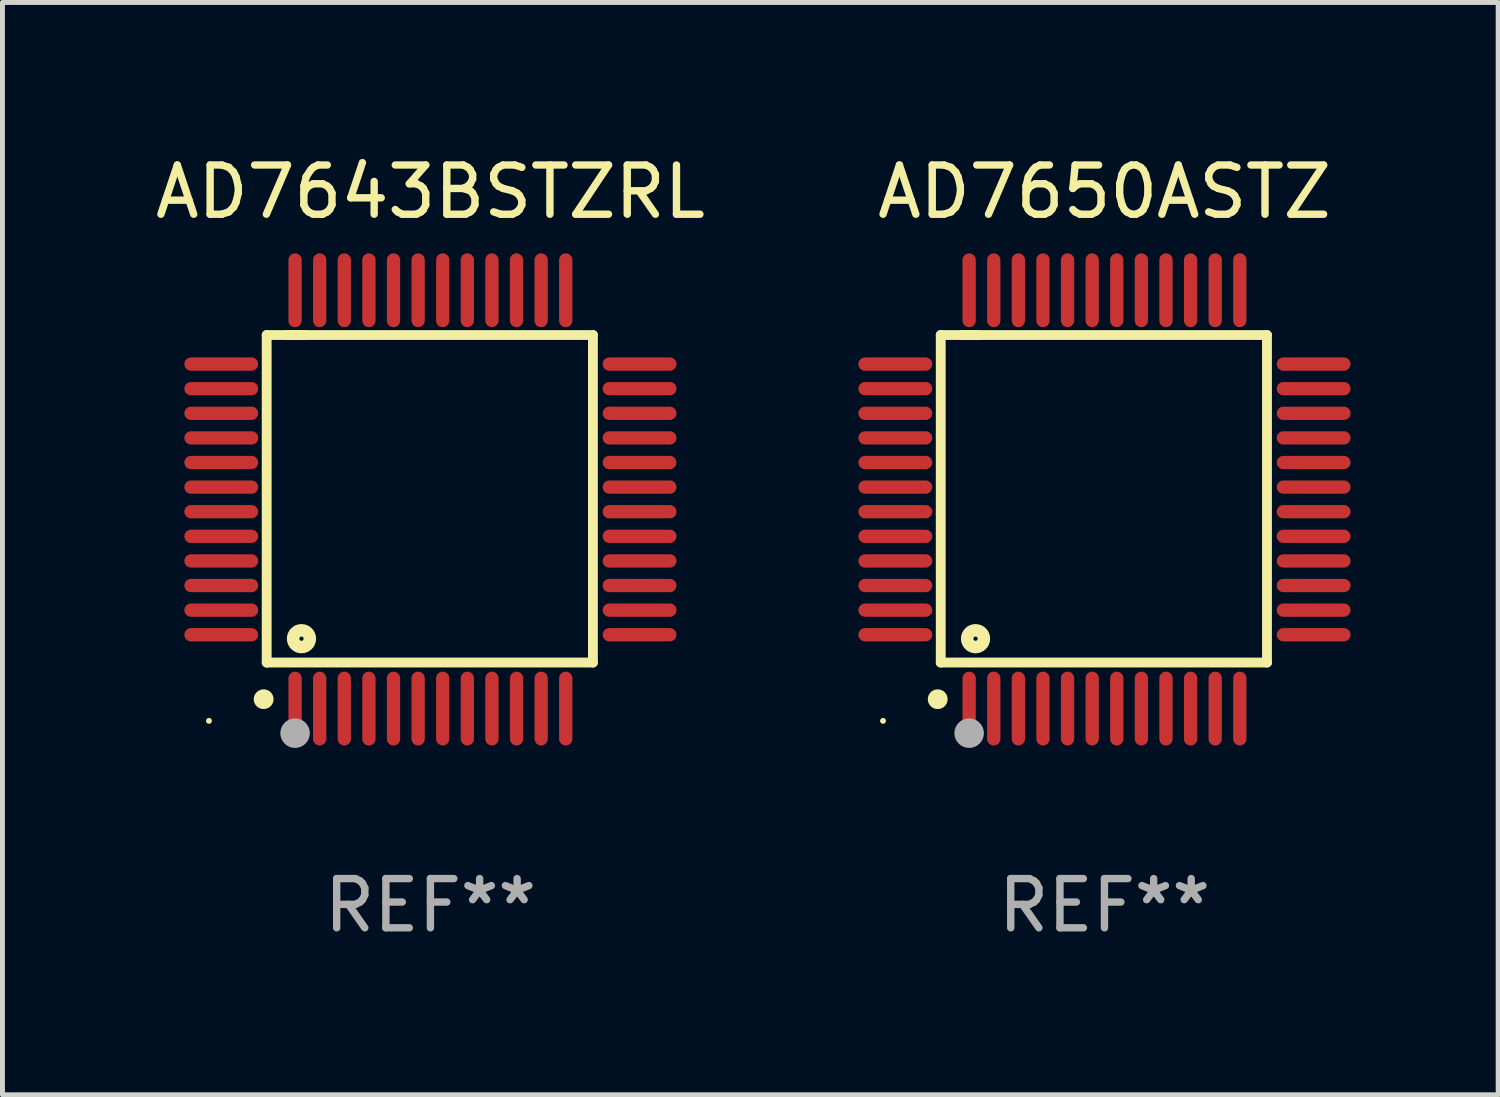
<source format=kicad_pcb>
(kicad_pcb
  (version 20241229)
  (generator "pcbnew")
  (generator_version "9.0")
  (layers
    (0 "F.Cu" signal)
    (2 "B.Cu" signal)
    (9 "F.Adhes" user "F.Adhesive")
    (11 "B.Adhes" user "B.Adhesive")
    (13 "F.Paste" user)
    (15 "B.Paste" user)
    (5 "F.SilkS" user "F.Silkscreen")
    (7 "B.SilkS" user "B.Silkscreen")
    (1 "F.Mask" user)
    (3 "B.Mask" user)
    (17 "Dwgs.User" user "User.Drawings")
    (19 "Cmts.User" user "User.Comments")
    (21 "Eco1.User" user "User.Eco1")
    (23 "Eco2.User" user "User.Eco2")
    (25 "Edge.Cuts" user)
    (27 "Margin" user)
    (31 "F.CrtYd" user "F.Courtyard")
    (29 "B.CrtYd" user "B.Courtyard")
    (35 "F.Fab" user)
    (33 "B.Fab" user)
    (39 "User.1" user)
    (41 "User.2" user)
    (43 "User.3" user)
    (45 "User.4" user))
  (footprint "AD7650ASTZ"
    (layer "F.Cu")
    (at 19.393 7.098)
    (property "Reference" "AD7650ASTZ" (at 0 -6.25 0) (layer "F.SilkS") (effects (font (size 1 1) (thickness 0.15))))
    (attr through_hole)
    (fp_line (start -3.327 -3.34) (end -2.565 -3.34) (stroke (width 0.2) (type solid)) (layer "F.SilkS"))
    (fp_line (start -3.327 3.315) (end -3.327 -3.34) (stroke (width 0.2) (type solid)) (layer "F.SilkS"))
    (fp_line (start -2.896 -3.34) (end 3.302 -3.34) (stroke (width 0.2) (type solid)) (layer "F.SilkS"))
    (fp_line (start 3.302 -3.34) (end 3.302 3.315) (stroke (width 0.2) (type solid)) (layer "F.SilkS"))
    (fp_line (start 3.302 3.315) (end -3.327 3.315) (stroke (width 0.2) (type solid)) (layer "F.SilkS"))
    (fp_arc (start -3.389992 4.059995) (mid -3.388722 4.059991) (end -3.387452 4.059995) (stroke (width 0.4) (type solid)) (layer "F.SilkS"))
    (fp_circle (center -4.5 4.5) (end -4.47 4.5) (stroke (width 0.06) (type solid)) (fill no) (layer "F.SilkS"))
    (fp_circle (center -2.62 2.83) (end -2.45 2.83) (stroke (width 0.254) (type solid)) (fill no) (layer "F.SilkS"))
    (fp_circle (center -2.75 4.75) (end -2.6 4.75) (stroke (width 0.3) (type solid)) (fill no) (layer "F.Fab"))
    (fp_text user "REF**" (at 0 8.25 0) (layer "F.Fab") (effects (font (size 1 1) (thickness 0.15))))
    (pad "1" smd oval (at -2.75 4.25) (size 0.27 1.5) (layers "F.Cu" "F.Mask" "F.Paste"))
    (pad "2" smd oval (at -2.25 4.25) (size 0.27 1.5) (layers "F.Cu" "F.Mask" "F.Paste"))
    (pad "3" smd oval (at -1.75 4.25) (size 0.27 1.5) (layers "F.Cu" "F.Mask" "F.Paste"))
    (pad "4" smd oval (at -1.25 4.25) (size 0.27 1.5) (layers "F.Cu" "F.Mask" "F.Paste"))
    (pad "5" smd oval (at -0.75 4.25) (size 0.27 1.5) (layers "F.Cu" "F.Mask" "F.Paste"))
    (pad "6" smd oval (at -0.25 4.25) (size 0.27 1.5) (layers "F.Cu" "F.Mask" "F.Paste"))
    (pad "7" smd oval (at 0.25 4.25) (size 0.27 1.5) (layers "F.Cu" "F.Mask" "F.Paste"))
    (pad "8" smd oval (at 0.75 4.25) (size 0.27 1.5) (layers "F.Cu" "F.Mask" "F.Paste"))
    (pad "9" smd oval (at 1.25 4.25) (size 0.27 1.5) (layers "F.Cu" "F.Mask" "F.Paste"))
    (pad "10" smd oval (at 1.75 4.25) (size 0.27 1.5) (layers "F.Cu" "F.Mask" "F.Paste"))
    (pad "11" smd oval (at 2.25 4.25) (size 0.27 1.5) (layers "F.Cu" "F.Mask" "F.Paste"))
    (pad "12" smd oval (at 2.75 4.25) (size 0.27 1.5) (layers "F.Cu" "F.Mask" "F.Paste"))
    (pad "13" smd oval (at 4.25 2.75) (size 1.5 0.27) (layers "F.Cu" "F.Mask" "F.Paste"))
    (pad "14" smd oval (at 4.25 2.25) (size 1.5 0.27) (layers "F.Cu" "F.Mask" "F.Paste"))
    (pad "15" smd oval (at 4.25 1.75) (size 1.5 0.27) (layers "F.Cu" "F.Mask" "F.Paste"))
    (pad "16" smd oval (at 4.25 1.25) (size 1.5 0.27) (layers "F.Cu" "F.Mask" "F.Paste"))
    (pad "17" smd oval (at 4.25 0.75) (size 1.5 0.27) (layers "F.Cu" "F.Mask" "F.Paste"))
    (pad "18" smd oval (at 4.25 0.25) (size 1.5 0.27) (layers "F.Cu" "F.Mask" "F.Paste"))
    (pad "19" smd oval (at 4.25 -0.25) (size 1.5 0.27) (layers "F.Cu" "F.Mask" "F.Paste"))
    (pad "20" smd oval (at 4.25 -0.75) (size 1.5 0.27) (layers "F.Cu" "F.Mask" "F.Paste"))
    (pad "21" smd oval (at 4.25 -1.25) (size 1.5 0.27) (layers "F.Cu" "F.Mask" "F.Paste"))
    (pad "22" smd oval (at 4.25 -1.75) (size 1.5 0.27) (layers "F.Cu" "F.Mask" "F.Paste"))
    (pad "23" smd oval (at 4.25 -2.25) (size 1.5 0.27) (layers "F.Cu" "F.Mask" "F.Paste"))
    (pad "24" smd oval (at 4.25 -2.75) (size 1.5 0.27) (layers "F.Cu" "F.Mask" "F.Paste"))
    (pad "25" smd oval (at 2.75 -4.25) (size 0.27 1.5) (layers "F.Cu" "F.Mask" "F.Paste"))
    (pad "26" smd oval (at 2.25 -4.25) (size 0.27 1.5) (layers "F.Cu" "F.Mask" "F.Paste"))
    (pad "27" smd oval (at 1.75 -4.25) (size 0.27 1.5) (layers "F.Cu" "F.Mask" "F.Paste"))
    (pad "28" smd oval (at 1.25 -4.25) (size 0.27 1.5) (layers "F.Cu" "F.Mask" "F.Paste"))
    (pad "29" smd oval (at 0.75 -4.25) (size 0.27 1.5) (layers "F.Cu" "F.Mask" "F.Paste"))
    (pad "30" smd oval (at 0.25 -4.25) (size 0.27 1.5) (layers "F.Cu" "F.Mask" "F.Paste"))
    (pad "31" smd oval (at -0.25 -4.25) (size 0.27 1.5) (layers "F.Cu" "F.Mask" "F.Paste"))
    (pad "32" smd oval (at -0.75 -4.25) (size 0.27 1.5) (layers "F.Cu" "F.Mask" "F.Paste"))
    (pad "33" smd oval (at -1.25 -4.25) (size 0.27 1.5) (layers "F.Cu" "F.Mask" "F.Paste"))
    (pad "34" smd oval (at -1.75 -4.25) (size 0.27 1.5) (layers "F.Cu" "F.Mask" "F.Paste"))
    (pad "35" smd oval (at -2.25 -4.25) (size 0.27 1.5) (layers "F.Cu" "F.Mask" "F.Paste"))
    (pad "36" smd oval (at -2.75 -4.25) (size 0.27 1.5) (layers "F.Cu" "F.Mask" "F.Paste"))
    (pad "37" smd oval (at -4.25 -2.75) (size 1.5 0.27) (layers "F.Cu" "F.Mask" "F.Paste"))
    (pad "38" smd oval (at -4.25 -2.25) (size 1.5 0.27) (layers "F.Cu" "F.Mask" "F.Paste"))
    (pad "39" smd oval (at -4.25 -1.75) (size 1.5 0.27) (layers "F.Cu" "F.Mask" "F.Paste"))
    (pad "40" smd oval (at -4.25 -1.25) (size 1.5 0.27) (layers "F.Cu" "F.Mask" "F.Paste"))
    (pad "41" smd oval (at -4.25 -0.75) (size 1.5 0.27) (layers "F.Cu" "F.Mask" "F.Paste"))
    (pad "42" smd oval (at -4.25 -0.25) (size 1.5 0.27) (layers "F.Cu" "F.Mask" "F.Paste"))
    (pad "43" smd oval (at -4.25 0.25) (size 1.5 0.27) (layers "F.Cu" "F.Mask" "F.Paste"))
    (pad "44" smd oval (at -4.25 0.75) (size 1.5 0.27) (layers "F.Cu" "F.Mask" "F.Paste"))
    (pad "45" smd oval (at -4.25 1.25) (size 1.5 0.27) (layers "F.Cu" "F.Mask" "F.Paste"))
    (pad "46" smd oval (at -4.25 1.75) (size 1.5 0.27) (layers "F.Cu" "F.Mask" "F.Paste"))
    (pad "47" smd oval (at -4.25 2.25) (size 1.5 0.27) (layers "F.Cu" "F.Mask" "F.Paste"))
    (pad "48" smd oval (at -4.25 2.75) (size 1.5 0.27) (layers "F.Cu" "F.Mask" "F.Paste")))
  (footprint "AD7643BSTZRL"
    (layer "F.Cu")
    (at 5.696 7.098)
    (property "Reference" "AD7643BSTZRL" (at 0 -6.25 0) (layer "F.SilkS") (effects (font (size 1 1) (thickness 0.15))))
    (attr through_hole)
    (fp_line (start -3.327 -3.34) (end -2.565 -3.34) (stroke (width 0.2) (type solid)) (layer "F.SilkS"))
    (fp_line (start -3.327 3.315) (end -3.327 -3.34) (stroke (width 0.2) (type solid)) (layer "F.SilkS"))
    (fp_line (start -2.896 -3.34) (end 3.302 -3.34) (stroke (width 0.2) (type solid)) (layer "F.SilkS"))
    (fp_line (start 3.302 -3.34) (end 3.302 3.315) (stroke (width 0.2) (type solid)) (layer "F.SilkS"))
    (fp_line (start 3.302 3.315) (end -3.327 3.315) (stroke (width 0.2) (type solid)) (layer "F.SilkS"))
    (fp_arc (start -3.389992 4.059995) (mid -3.388722 4.059991) (end -3.387452 4.059995) (stroke (width 0.4) (type solid)) (layer "F.SilkS"))
    (fp_circle (center -4.5 4.5) (end -4.47 4.5) (stroke (width 0.06) (type solid)) (fill no) (layer "F.SilkS"))
    (fp_circle (center -2.62 2.83) (end -2.45 2.83) (stroke (width 0.254) (type solid)) (fill no) (layer "F.SilkS"))
    (fp_circle (center -2.75 4.75) (end -2.6 4.75) (stroke (width 0.3) (type solid)) (fill no) (layer "F.Fab"))
    (fp_text user "REF**" (at 0 8.25 0) (layer "F.Fab") (effects (font (size 1 1) (thickness 0.15))))
    (pad "1" smd oval (at -2.75 4.25) (size 0.27 1.5) (layers "F.Cu" "F.Mask" "F.Paste"))
    (pad "2" smd oval (at -2.25 4.25) (size 0.27 1.5) (layers "F.Cu" "F.Mask" "F.Paste"))
    (pad "3" smd oval (at -1.75 4.25) (size 0.27 1.5) (layers "F.Cu" "F.Mask" "F.Paste"))
    (pad "4" smd oval (at -1.25 4.25) (size 0.27 1.5) (layers "F.Cu" "F.Mask" "F.Paste"))
    (pad "5" smd oval (at -0.75 4.25) (size 0.27 1.5) (layers "F.Cu" "F.Mask" "F.Paste"))
    (pad "6" smd oval (at -0.25 4.25) (size 0.27 1.5) (layers "F.Cu" "F.Mask" "F.Paste"))
    (pad "7" smd oval (at 0.25 4.25) (size 0.27 1.5) (layers "F.Cu" "F.Mask" "F.Paste"))
    (pad "8" smd oval (at 0.75 4.25) (size 0.27 1.5) (layers "F.Cu" "F.Mask" "F.Paste"))
    (pad "9" smd oval (at 1.25 4.25) (size 0.27 1.5) (layers "F.Cu" "F.Mask" "F.Paste"))
    (pad "10" smd oval (at 1.75 4.25) (size 0.27 1.5) (layers "F.Cu" "F.Mask" "F.Paste"))
    (pad "11" smd oval (at 2.25 4.25) (size 0.27 1.5) (layers "F.Cu" "F.Mask" "F.Paste"))
    (pad "12" smd oval (at 2.75 4.25) (size 0.27 1.5) (layers "F.Cu" "F.Mask" "F.Paste"))
    (pad "13" smd oval (at 4.25 2.75) (size 1.5 0.27) (layers "F.Cu" "F.Mask" "F.Paste"))
    (pad "14" smd oval (at 4.25 2.25) (size 1.5 0.27) (layers "F.Cu" "F.Mask" "F.Paste"))
    (pad "15" smd oval (at 4.25 1.75) (size 1.5 0.27) (layers "F.Cu" "F.Mask" "F.Paste"))
    (pad "16" smd oval (at 4.25 1.25) (size 1.5 0.27) (layers "F.Cu" "F.Mask" "F.Paste"))
    (pad "17" smd oval (at 4.25 0.75) (size 1.5 0.27) (layers "F.Cu" "F.Mask" "F.Paste"))
    (pad "18" smd oval (at 4.25 0.25) (size 1.5 0.27) (layers "F.Cu" "F.Mask" "F.Paste"))
    (pad "19" smd oval (at 4.25 -0.25) (size 1.5 0.27) (layers "F.Cu" "F.Mask" "F.Paste"))
    (pad "20" smd oval (at 4.25 -0.75) (size 1.5 0.27) (layers "F.Cu" "F.Mask" "F.Paste"))
    (pad "21" smd oval (at 4.25 -1.25) (size 1.5 0.27) (layers "F.Cu" "F.Mask" "F.Paste"))
    (pad "22" smd oval (at 4.25 -1.75) (size 1.5 0.27) (layers "F.Cu" "F.Mask" "F.Paste"))
    (pad "23" smd oval (at 4.25 -2.25) (size 1.5 0.27) (layers "F.Cu" "F.Mask" "F.Paste"))
    (pad "24" smd oval (at 4.25 -2.75) (size 1.5 0.27) (layers "F.Cu" "F.Mask" "F.Paste"))
    (pad "25" smd oval (at 2.75 -4.25) (size 0.27 1.5) (layers "F.Cu" "F.Mask" "F.Paste"))
    (pad "26" smd oval (at 2.25 -4.25) (size 0.27 1.5) (layers "F.Cu" "F.Mask" "F.Paste"))
    (pad "27" smd oval (at 1.75 -4.25) (size 0.27 1.5) (layers "F.Cu" "F.Mask" "F.Paste"))
    (pad "28" smd oval (at 1.25 -4.25) (size 0.27 1.5) (layers "F.Cu" "F.Mask" "F.Paste"))
    (pad "29" smd oval (at 0.75 -4.25) (size 0.27 1.5) (layers "F.Cu" "F.Mask" "F.Paste"))
    (pad "30" smd oval (at 0.25 -4.25) (size 0.27 1.5) (layers "F.Cu" "F.Mask" "F.Paste"))
    (pad "31" smd oval (at -0.25 -4.25) (size 0.27 1.5) (layers "F.Cu" "F.Mask" "F.Paste"))
    (pad "32" smd oval (at -0.75 -4.25) (size 0.27 1.5) (layers "F.Cu" "F.Mask" "F.Paste"))
    (pad "33" smd oval (at -1.25 -4.25) (size 0.27 1.5) (layers "F.Cu" "F.Mask" "F.Paste"))
    (pad "34" smd oval (at -1.75 -4.25) (size 0.27 1.5) (layers "F.Cu" "F.Mask" "F.Paste"))
    (pad "35" smd oval (at -2.25 -4.25) (size 0.27 1.5) (layers "F.Cu" "F.Mask" "F.Paste"))
    (pad "36" smd oval (at -2.75 -4.25) (size 0.27 1.5) (layers "F.Cu" "F.Mask" "F.Paste"))
    (pad "37" smd oval (at -4.25 -2.75) (size 1.5 0.27) (layers "F.Cu" "F.Mask" "F.Paste"))
    (pad "38" smd oval (at -4.25 -2.25) (size 1.5 0.27) (layers "F.Cu" "F.Mask" "F.Paste"))
    (pad "39" smd oval (at -4.25 -1.75) (size 1.5 0.27) (layers "F.Cu" "F.Mask" "F.Paste"))
    (pad "40" smd oval (at -4.25 -1.25) (size 1.5 0.27) (layers "F.Cu" "F.Mask" "F.Paste"))
    (pad "41" smd oval (at -4.25 -0.75) (size 1.5 0.27) (layers "F.Cu" "F.Mask" "F.Paste"))
    (pad "42" smd oval (at -4.25 -0.25) (size 1.5 0.27) (layers "F.Cu" "F.Mask" "F.Paste"))
    (pad "43" smd oval (at -4.25 0.25) (size 1.5 0.27) (layers "F.Cu" "F.Mask" "F.Paste"))
    (pad "44" smd oval (at -4.25 0.75) (size 1.5 0.27) (layers "F.Cu" "F.Mask" "F.Paste"))
    (pad "45" smd oval (at -4.25 1.25) (size 1.5 0.27) (layers "F.Cu" "F.Mask" "F.Paste"))
    (pad "46" smd oval (at -4.25 1.75) (size 1.5 0.27) (layers "F.Cu" "F.Mask" "F.Paste"))
    (pad "47" smd oval (at -4.25 2.25) (size 1.5 0.27) (layers "F.Cu" "F.Mask" "F.Paste"))
    (pad "48" smd oval (at -4.25 2.75) (size 1.5 0.27) (layers "F.Cu" "F.Mask" "F.Paste")))
  (gr_rect
    (start -3 -3)
    (end 27.393 19.196)
    (stroke (width 0.1) (type default))
    (fill no)
    (layer "Edge.Cuts")))
</source>
